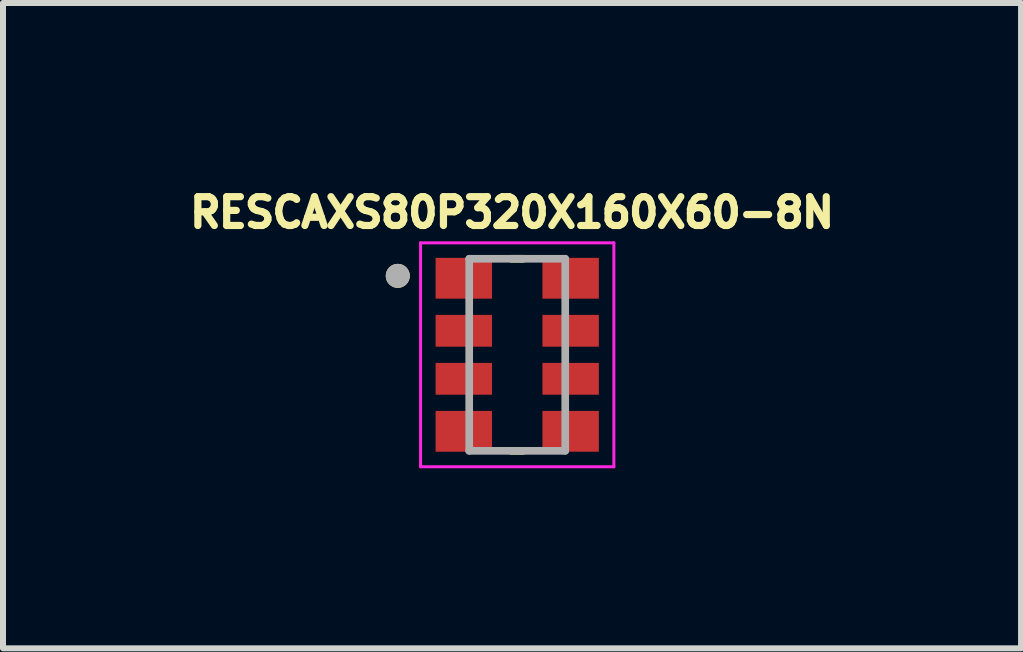
<source format=kicad_pcb>
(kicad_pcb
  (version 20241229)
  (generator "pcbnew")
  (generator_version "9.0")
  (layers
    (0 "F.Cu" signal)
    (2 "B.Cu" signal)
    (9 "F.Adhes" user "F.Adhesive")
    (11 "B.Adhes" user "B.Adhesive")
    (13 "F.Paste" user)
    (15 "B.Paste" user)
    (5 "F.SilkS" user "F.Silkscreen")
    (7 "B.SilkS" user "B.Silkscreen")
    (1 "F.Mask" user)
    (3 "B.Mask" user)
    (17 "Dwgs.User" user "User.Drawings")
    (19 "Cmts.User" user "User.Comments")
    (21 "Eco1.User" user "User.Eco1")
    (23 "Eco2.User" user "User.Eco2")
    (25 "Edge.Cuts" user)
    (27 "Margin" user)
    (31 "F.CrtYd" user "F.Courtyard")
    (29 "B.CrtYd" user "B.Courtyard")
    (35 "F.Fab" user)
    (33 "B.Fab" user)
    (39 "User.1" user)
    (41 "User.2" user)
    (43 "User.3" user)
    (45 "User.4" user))
  (footprint "RESCAXS80P320X160X60-8N"
    (layer "F.Cu")
    (at 5.567 2.861)
    (property "Reference" "RESCAXS80P320X160X60-8N" (at -0.086 -2.37 0) (layer "F.SilkS") (effects (font (size 0.48 0.48) (thickness 0.15))))
    (attr smd)
    (fp_line (start -0.1 -1.6) (end 0.1 -1.6) (stroke (width 0.127) (type solid)) (layer "F.SilkS"))
    (fp_line (start 0.1 1.6) (end -0.1 1.6) (stroke (width 0.127) (type solid)) (layer "F.SilkS"))
    (fp_circle (center -1.99 -1.315) (end -1.89 -1.315) (stroke (width 0.2) (type solid)) (fill no) (layer "F.SilkS"))
    (fp_line (start -1.61 -1.865) (end -1.61 1.865) (stroke (width 0.05) (type solid)) (layer "F.CrtYd"))
    (fp_line (start -1.61 1.865) (end 1.61 1.865) (stroke (width 0.05) (type solid)) (layer "F.CrtYd"))
    (fp_line (start 1.61 -1.865) (end -1.61 -1.865) (stroke (width 0.05) (type solid)) (layer "F.CrtYd"))
    (fp_line (start 1.61 1.865) (end 1.61 -1.865) (stroke (width 0.05) (type solid)) (layer "F.CrtYd"))
    (fp_line (start -0.8 -1.6) (end 0.8 -1.6) (stroke (width 0.127) (type solid)) (layer "F.Fab"))
    (fp_line (start -0.8 1.6) (end -0.8 -1.6) (stroke (width 0.127) (type solid)) (layer "F.Fab"))
    (fp_line (start 0.8 -1.6) (end 0.8 1.6) (stroke (width 0.127) (type solid)) (layer "F.Fab"))
    (fp_line (start 0.8 1.6) (end -0.8 1.6) (stroke (width 0.127) (type solid)) (layer "F.Fab"))
    (fp_circle (center -1.99 -1.315) (end -1.89 -1.315) (stroke (width 0.2) (type solid)) (fill no) (layer "F.Fab"))
    (pad "1" smd rect (at -0.89 -1.275) (size 0.94 0.68) (layers "F.Cu" "F.Mask" "F.Paste"))
    (pad "2" smd rect (at -0.89 -0.4) (size 0.94 0.53) (layers "F.Cu" "F.Mask" "F.Paste"))
    (pad "3" smd rect (at -0.89 0.4) (size 0.94 0.53) (layers "F.Cu" "F.Mask" "F.Paste"))
    (pad "4" smd rect (at -0.89 1.275) (size 0.94 0.68) (layers "F.Cu" "F.Mask" "F.Paste"))
    (pad "5" smd rect (at 0.89 1.275) (size 0.94 0.68) (layers "F.Cu" "F.Mask" "F.Paste"))
    (pad "6" smd rect (at 0.89 0.4) (size 0.94 0.53) (layers "F.Cu" "F.Mask" "F.Paste"))
    (pad "7" smd rect (at 0.89 -0.4) (size 0.94 0.53) (layers "F.Cu" "F.Mask" "F.Paste"))
    (pad "8" smd rect (at 0.89 -1.275) (size 0.94 0.68) (layers "F.Cu" "F.Mask" "F.Paste")))
  (gr_rect
    (start -3 -3)
    (end 13.961 7.751)
    (stroke (width 0.1) (type default))
    (fill no)
    (layer "Edge.Cuts")))
</source>
